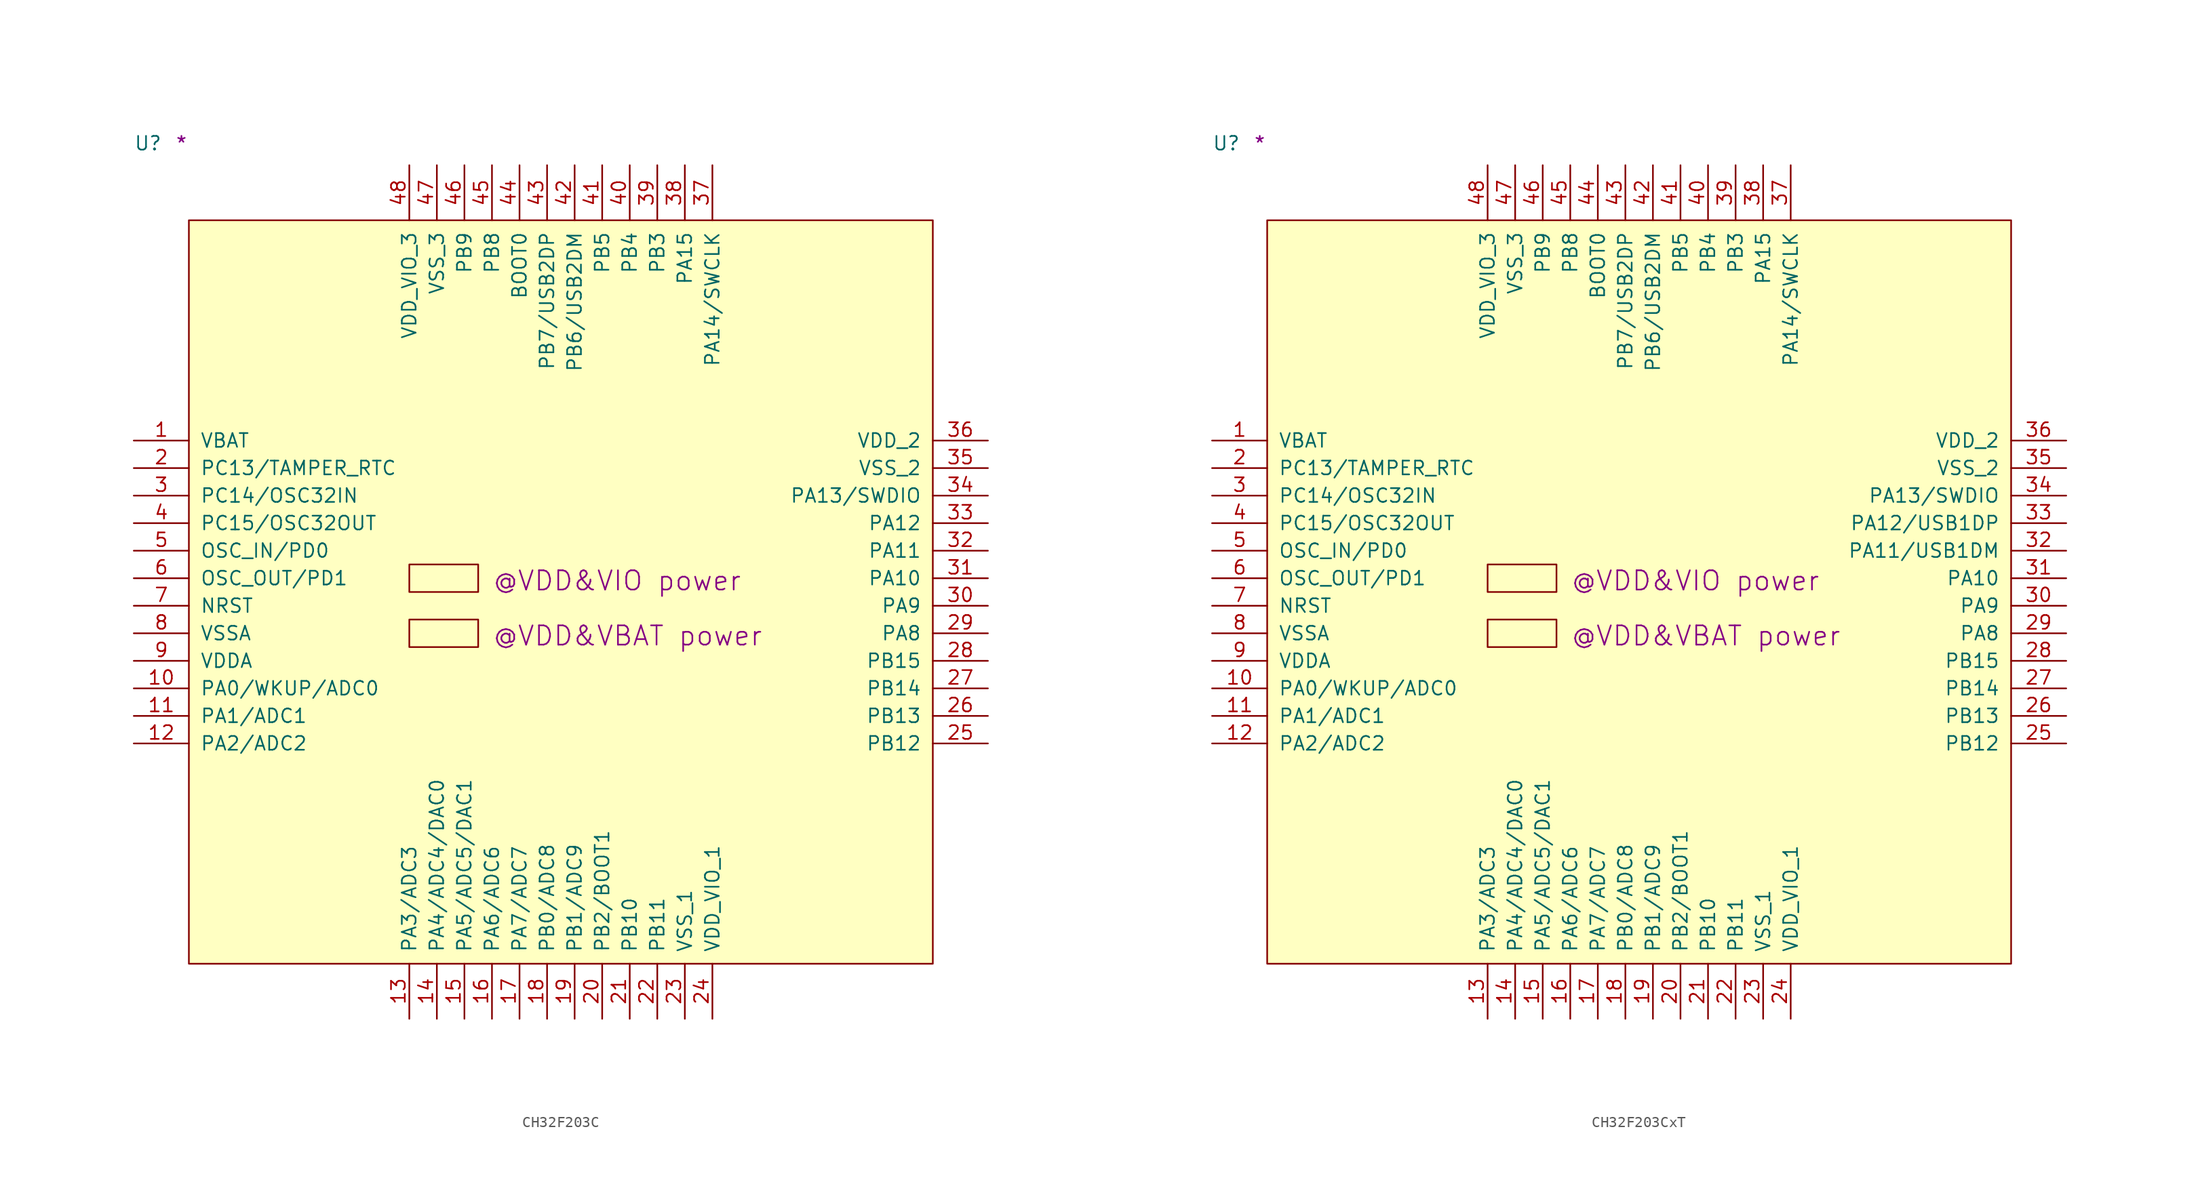
<source format=kicad_sym>
(kicad_symbol_lib
  (version 20211014)
  (generator kicad_symbol_editor)
  (symbol "CH32F203C"
    (pin_names
      (offset 1.016))
    (property "Reference" "U"
      (at -5.08 6.35 0)
      (effects (font (size 1.27 1.27)) (justify left bottom)))
    (property "user" "@VDD&VIO power"
      (at 27.94 -34.29 0)
      (effects (font (size 1.778 1.778)) (justify left bottom)))
    (property "user_1" "@VDD&VBAT power"
      (at 27.94 -39.37 0)
      (effects (font (size 1.778 1.778)) (justify left bottom)))
    (property "Comment" "*"
      (at -1.27 6.35 0)
      (effects (font (size 1.27 1.27)) (justify left bottom)))
    (symbol "CH32F203C_1_1"
      (rectangle (start 0 -68.58) (end 68.58 0) (stroke (width 0) (type default) (color 0 0 0 0)) (fill (type background)))
      (rectangle (start 20.32 -39.37) (end 26.67 -36.83) (stroke (width 0) (type default) (color 0 0 0 0)) (fill (type background)))
      (rectangle (start 20.32 -34.29) (end 26.67 -31.75) (stroke (width 0) (type default) (color 0 0 0 0)) (fill (type background)))
      (pin power_in line (at -5.08 -20.32 0) (length 5.08) (name "VBAT" (effects (font (size 1.27 1.27)))) (number "1" (effects (font (size 1.27 1.27)))))
      (pin bidirectional line (at -5.08 -43.18 0) (length 5.08) (name "PA0/WKUP/ADC0" (effects (font (size 1.27 1.27)))) (number "10" (effects (font (size 1.27 1.27)))))
      (pin bidirectional line (at -5.08 -45.72 0) (length 5.08) (name "PA1/ADC1" (effects (font (size 1.27 1.27)))) (number "11" (effects (font (size 1.27 1.27)))))
      (pin bidirectional line (at -5.08 -48.26 0) (length 5.08) (name "PA2/ADC2" (effects (font (size 1.27 1.27)))) (number "12" (effects (font (size 1.27 1.27)))))
      (pin bidirectional line (at 20.32 -73.66 90) (length 5.08) (name "PA3/ADC3" (effects (font (size 1.27 1.27)))) (number "13" (effects (font (size 1.27 1.27)))))
      (pin bidirectional line (at 22.86 -73.66 90) (length 5.08) (name "PA4/ADC4/DAC0" (effects (font (size 1.27 1.27)))) (number "14" (effects (font (size 1.27 1.27)))))
      (pin bidirectional line (at 25.4 -73.66 90) (length 5.08) (name "PA5/ADC5/DAC1" (effects (font (size 1.27 1.27)))) (number "15" (effects (font (size 1.27 1.27)))))
      (pin bidirectional line (at 27.94 -73.66 90) (length 5.08) (name "PA6/ADC6" (effects (font (size 1.27 1.27)))) (number "16" (effects (font (size 1.27 1.27)))))
      (pin bidirectional line (at 30.48 -73.66 90) (length 5.08) (name "PA7/ADC7" (effects (font (size 1.27 1.27)))) (number "17" (effects (font (size 1.27 1.27)))))
      (pin bidirectional line (at 33.02 -73.66 90) (length 5.08) (name "PB0/ADC8" (effects (font (size 1.27 1.27)))) (number "18" (effects (font (size 1.27 1.27)))))
      (pin bidirectional line (at 35.56 -73.66 90) (length 5.08) (name "PB1/ADC9" (effects (font (size 1.27 1.27)))) (number "19" (effects (font (size 1.27 1.27)))))
      (pin bidirectional line (at -5.08 -22.86 0) (length 5.08) (name "PC13/TAMPER_RTC" (effects (font (size 1.27 1.27)))) (number "2" (effects (font (size 1.27 1.27)))))
      (pin bidirectional line (at 38.1 -73.66 90) (length 5.08) (name "PB2/BOOT1" (effects (font (size 1.27 1.27)))) (number "20" (effects (font (size 1.27 1.27)))))
      (pin bidirectional line (at 40.64 -73.66 90) (length 5.08) (name "PB10" (effects (font (size 1.27 1.27)))) (number "21" (effects (font (size 1.27 1.27)))))
      (pin bidirectional line (at 43.18 -73.66 90) (length 5.08) (name "PB11" (effects (font (size 1.27 1.27)))) (number "22" (effects (font (size 1.27 1.27)))))
      (pin power_in line (at 45.72 -73.66 90) (length 5.08) (name "VSS_1" (effects (font (size 1.27 1.27)))) (number "23" (effects (font (size 1.27 1.27)))))
      (pin power_in line (at 48.26 -73.66 90) (length 5.08) (name "VDD_VIO_1" (effects (font (size 1.27 1.27)))) (number "24" (effects (font (size 1.27 1.27)))))
      (pin bidirectional line (at 73.66 -48.26 180) (length 5.08) (name "PB12" (effects (font (size 1.27 1.27)))) (number "25" (effects (font (size 1.27 1.27)))))
      (pin bidirectional line (at 73.66 -45.72 180) (length 5.08) (name "PB13" (effects (font (size 1.27 1.27)))) (number "26" (effects (font (size 1.27 1.27)))))
      (pin bidirectional line (at 73.66 -43.18 180) (length 5.08) (name "PB14" (effects (font (size 1.27 1.27)))) (number "27" (effects (font (size 1.27 1.27)))))
      (pin bidirectional line (at 73.66 -40.64 180) (length 5.08) (name "PB15" (effects (font (size 1.27 1.27)))) (number "28" (effects (font (size 1.27 1.27)))))
      (pin bidirectional line (at 73.66 -38.1 180) (length 5.08) (name "PA8" (effects (font (size 1.27 1.27)))) (number "29" (effects (font (size 1.27 1.27)))))
      (pin bidirectional line (at -5.08 -25.4 0) (length 5.08) (name "PC14/OSC32IN" (effects (font (size 1.27 1.27)))) (number "3" (effects (font (size 1.27 1.27)))))
      (pin bidirectional line (at 73.66 -35.56 180) (length 5.08) (name "PA9" (effects (font (size 1.27 1.27)))) (number "30" (effects (font (size 1.27 1.27)))))
      (pin bidirectional line (at 73.66 -33.02 180) (length 5.08) (name "PA10" (effects (font (size 1.27 1.27)))) (number "31" (effects (font (size 1.27 1.27)))))
      (pin bidirectional line (at 73.66 -30.48 180) (length 5.08) (name "PA11" (effects (font (size 1.27 1.27)))) (number "32" (effects (font (size 1.27 1.27)))))
      (pin bidirectional line (at 73.66 -27.94 180) (length 5.08) (name "PA12" (effects (font (size 1.27 1.27)))) (number "33" (effects (font (size 1.27 1.27)))))
      (pin bidirectional line (at 73.66 -25.4 180) (length 5.08) (name "PA13/SWDIO" (effects (font (size 1.27 1.27)))) (number "34" (effects (font (size 1.27 1.27)))))
      (pin power_in line (at 73.66 -22.86 180) (length 5.08) (name "VSS_2" (effects (font (size 1.27 1.27)))) (number "35" (effects (font (size 1.27 1.27)))))
      (pin power_in line (at 73.66 -20.32 180) (length 5.08) (name "VDD_2" (effects (font (size 1.27 1.27)))) (number "36" (effects (font (size 1.27 1.27)))))
      (pin bidirectional line (at 48.26 5.08 270) (length 5.08) (name "PA14/SWCLK" (effects (font (size 1.27 1.27)))) (number "37" (effects (font (size 1.27 1.27)))))
      (pin bidirectional line (at 45.72 5.08 270) (length 5.08) (name "PA15" (effects (font (size 1.27 1.27)))) (number "38" (effects (font (size 1.27 1.27)))))
      (pin bidirectional line (at 43.18 5.08 270) (length 5.08) (name "PB3" (effects (font (size 1.27 1.27)))) (number "39" (effects (font (size 1.27 1.27)))))
      (pin bidirectional line (at -5.08 -27.94 0) (length 5.08) (name "PC15/OSC32OUT" (effects (font (size 1.27 1.27)))) (number "4" (effects (font (size 1.27 1.27)))))
      (pin bidirectional line (at 40.64 5.08 270) (length 5.08) (name "PB4" (effects (font (size 1.27 1.27)))) (number "40" (effects (font (size 1.27 1.27)))))
      (pin bidirectional line (at 38.1 5.08 270) (length 5.08) (name "PB5" (effects (font (size 1.27 1.27)))) (number "41" (effects (font (size 1.27 1.27)))))
      (pin bidirectional line (at 35.56 5.08 270) (length 5.08) (name "PB6/USB2DM" (effects (font (size 1.27 1.27)))) (number "42" (effects (font (size 1.27 1.27)))))
      (pin bidirectional line (at 33.02 5.08 270) (length 5.08) (name "PB7/USB2DP" (effects (font (size 1.27 1.27)))) (number "43" (effects (font (size 1.27 1.27)))))
      (pin input line (at 30.48 5.08 270) (length 5.08) (name "BOOT0" (effects (font (size 1.27 1.27)))) (number "44" (effects (font (size 1.27 1.27)))))
      (pin bidirectional line (at 27.94 5.08 270) (length 5.08) (name "PB8" (effects (font (size 1.27 1.27)))) (number "45" (effects (font (size 1.27 1.27)))))
      (pin bidirectional line (at 25.4 5.08 270) (length 5.08) (name "PB9" (effects (font (size 1.27 1.27)))) (number "46" (effects (font (size 1.27 1.27)))))
      (pin power_in line (at 22.86 5.08 270) (length 5.08) (name "VSS_3" (effects (font (size 1.27 1.27)))) (number "47" (effects (font (size 1.27 1.27)))))
      (pin power_in line (at 20.32 5.08 270) (length 5.08) (name "VDD_VIO_3" (effects (font (size 1.27 1.27)))) (number "48" (effects (font (size 1.27 1.27)))))
      (pin input line (at -5.08 -30.48 0) (length 5.08) (name "OSC_IN/PD0" (effects (font (size 1.27 1.27)))) (number "5" (effects (font (size 1.27 1.27)))))
      (pin output line (at -5.08 -33.02 0) (length 5.08) (name "OSC_OUT/PD1" (effects (font (size 1.27 1.27)))) (number "6" (effects (font (size 1.27 1.27)))))
      (pin input line (at -5.08 -35.56 0) (length 5.08) (name "NRST" (effects (font (size 1.27 1.27)))) (number "7" (effects (font (size 1.27 1.27)))))
      (pin power_in line (at -5.08 -38.1 0) (length 5.08) (name "VSSA" (effects (font (size 1.27 1.27)))) (number "8" (effects (font (size 1.27 1.27)))))
      (pin power_in line (at -5.08 -40.64 0) (length 5.08) (name "VDDA" (effects (font (size 1.27 1.27)))) (number "9" (effects (font (size 1.27 1.27)))))))
  (symbol "CH32F203CxT"
    (pin_names
      (offset 1.016))
    (property "Reference" "U"
      (at -5.08 6.35 0)
      (effects (font (size 1.27 1.27)) (justify left bottom)))
    (property "user" "@VDD&VIO power"
      (at 27.94 -34.29 0)
      (effects (font (size 1.778 1.778)) (justify left bottom)))
    (property "user_1" "@VDD&VBAT power"
      (at 27.94 -39.37 0)
      (effects (font (size 1.778 1.778)) (justify left bottom)))
    (property "Comment" "*"
      (at -1.27 6.35 0)
      (effects (font (size 1.27 1.27)) (justify left bottom)))
    (symbol "CH32F203CxT_1_1"
      (rectangle (start 0 -68.58) (end 68.58 0) (stroke (width 0) (type default) (color 0 0 0 0)) (fill (type background)))
      (rectangle (start 20.32 -39.37) (end 26.67 -36.83) (stroke (width 0) (type default) (color 0 0 0 0)) (fill (type background)))
      (rectangle (start 20.32 -34.29) (end 26.67 -31.75) (stroke (width 0) (type default) (color 0 0 0 0)) (fill (type background)))
      (pin power_in line (at -5.08 -20.32 0) (length 5.08) (name "VBAT" (effects (font (size 1.27 1.27)))) (number "1" (effects (font (size 1.27 1.27)))))
      (pin bidirectional line (at -5.08 -43.18 0) (length 5.08) (name "PA0/WKUP/ADC0" (effects (font (size 1.27 1.27)))) (number "10" (effects (font (size 1.27 1.27)))))
      (pin bidirectional line (at -5.08 -45.72 0) (length 5.08) (name "PA1/ADC1" (effects (font (size 1.27 1.27)))) (number "11" (effects (font (size 1.27 1.27)))))
      (pin bidirectional line (at -5.08 -48.26 0) (length 5.08) (name "PA2/ADC2" (effects (font (size 1.27 1.27)))) (number "12" (effects (font (size 1.27 1.27)))))
      (pin bidirectional line (at 20.32 -73.66 90) (length 5.08) (name "PA3/ADC3" (effects (font (size 1.27 1.27)))) (number "13" (effects (font (size 1.27 1.27)))))
      (pin bidirectional line (at 22.86 -73.66 90) (length 5.08) (name "PA4/ADC4/DAC0" (effects (font (size 1.27 1.27)))) (number "14" (effects (font (size 1.27 1.27)))))
      (pin bidirectional line (at 25.4 -73.66 90) (length 5.08) (name "PA5/ADC5/DAC1" (effects (font (size 1.27 1.27)))) (number "15" (effects (font (size 1.27 1.27)))))
      (pin bidirectional line (at 27.94 -73.66 90) (length 5.08) (name "PA6/ADC6" (effects (font (size 1.27 1.27)))) (number "16" (effects (font (size 1.27 1.27)))))
      (pin bidirectional line (at 30.48 -73.66 90) (length 5.08) (name "PA7/ADC7" (effects (font (size 1.27 1.27)))) (number "17" (effects (font (size 1.27 1.27)))))
      (pin bidirectional line (at 33.02 -73.66 90) (length 5.08) (name "PB0/ADC8" (effects (font (size 1.27 1.27)))) (number "18" (effects (font (size 1.27 1.27)))))
      (pin bidirectional line (at 35.56 -73.66 90) (length 5.08) (name "PB1/ADC9" (effects (font (size 1.27 1.27)))) (number "19" (effects (font (size 1.27 1.27)))))
      (pin bidirectional line (at -5.08 -22.86 0) (length 5.08) (name "PC13/TAMPER_RTC" (effects (font (size 1.27 1.27)))) (number "2" (effects (font (size 1.27 1.27)))))
      (pin bidirectional line (at 38.1 -73.66 90) (length 5.08) (name "PB2/BOOT1" (effects (font (size 1.27 1.27)))) (number "20" (effects (font (size 1.27 1.27)))))
      (pin bidirectional line (at 40.64 -73.66 90) (length 5.08) (name "PB10" (effects (font (size 1.27 1.27)))) (number "21" (effects (font (size 1.27 1.27)))))
      (pin bidirectional line (at 43.18 -73.66 90) (length 5.08) (name "PB11" (effects (font (size 1.27 1.27)))) (number "22" (effects (font (size 1.27 1.27)))))
      (pin power_in line (at 45.72 -73.66 90) (length 5.08) (name "VSS_1" (effects (font (size 1.27 1.27)))) (number "23" (effects (font (size 1.27 1.27)))))
      (pin power_in line (at 48.26 -73.66 90) (length 5.08) (name "VDD_VIO_1" (effects (font (size 1.27 1.27)))) (number "24" (effects (font (size 1.27 1.27)))))
      (pin bidirectional line (at 73.66 -48.26 180) (length 5.08) (name "PB12" (effects (font (size 1.27 1.27)))) (number "25" (effects (font (size 1.27 1.27)))))
      (pin bidirectional line (at 73.66 -45.72 180) (length 5.08) (name "PB13" (effects (font (size 1.27 1.27)))) (number "26" (effects (font (size 1.27 1.27)))))
      (pin bidirectional line (at 73.66 -43.18 180) (length 5.08) (name "PB14" (effects (font (size 1.27 1.27)))) (number "27" (effects (font (size 1.27 1.27)))))
      (pin bidirectional line (at 73.66 -40.64 180) (length 5.08) (name "PB15" (effects (font (size 1.27 1.27)))) (number "28" (effects (font (size 1.27 1.27)))))
      (pin bidirectional line (at 73.66 -38.1 180) (length 5.08) (name "PA8" (effects (font (size 1.27 1.27)))) (number "29" (effects (font (size 1.27 1.27)))))
      (pin bidirectional line (at -5.08 -25.4 0) (length 5.08) (name "PC14/OSC32IN" (effects (font (size 1.27 1.27)))) (number "3" (effects (font (size 1.27 1.27)))))
      (pin bidirectional line (at 73.66 -35.56 180) (length 5.08) (name "PA9" (effects (font (size 1.27 1.27)))) (number "30" (effects (font (size 1.27 1.27)))))
      (pin bidirectional line (at 73.66 -33.02 180) (length 5.08) (name "PA10" (effects (font (size 1.27 1.27)))) (number "31" (effects (font (size 1.27 1.27)))))
      (pin bidirectional line (at 73.66 -30.48 180) (length 5.08) (name "PA11/USB1DM" (effects (font (size 1.27 1.27)))) (number "32" (effects (font (size 1.27 1.27)))))
      (pin bidirectional line (at 73.66 -27.94 180) (length 5.08) (name "PA12/USB1DP" (effects (font (size 1.27 1.27)))) (number "33" (effects (font (size 1.27 1.27)))))
      (pin bidirectional line (at 73.66 -25.4 180) (length 5.08) (name "PA13/SWDIO" (effects (font (size 1.27 1.27)))) (number "34" (effects (font (size 1.27 1.27)))))
      (pin power_in line (at 73.66 -22.86 180) (length 5.08) (name "VSS_2" (effects (font (size 1.27 1.27)))) (number "35" (effects (font (size 1.27 1.27)))))
      (pin power_in line (at 73.66 -20.32 180) (length 5.08) (name "VDD_2" (effects (font (size 1.27 1.27)))) (number "36" (effects (font (size 1.27 1.27)))))
      (pin bidirectional line (at 48.26 5.08 270) (length 5.08) (name "PA14/SWCLK" (effects (font (size 1.27 1.27)))) (number "37" (effects (font (size 1.27 1.27)))))
      (pin bidirectional line (at 45.72 5.08 270) (length 5.08) (name "PA15" (effects (font (size 1.27 1.27)))) (number "38" (effects (font (size 1.27 1.27)))))
      (pin bidirectional line (at 43.18 5.08 270) (length 5.08) (name "PB3" (effects (font (size 1.27 1.27)))) (number "39" (effects (font (size 1.27 1.27)))))
      (pin bidirectional line (at -5.08 -27.94 0) (length 5.08) (name "PC15/OSC32OUT" (effects (font (size 1.27 1.27)))) (number "4" (effects (font (size 1.27 1.27)))))
      (pin bidirectional line (at 40.64 5.08 270) (length 5.08) (name "PB4" (effects (font (size 1.27 1.27)))) (number "40" (effects (font (size 1.27 1.27)))))
      (pin bidirectional line (at 38.1 5.08 270) (length 5.08) (name "PB5" (effects (font (size 1.27 1.27)))) (number "41" (effects (font (size 1.27 1.27)))))
      (pin bidirectional line (at 35.56 5.08 270) (length 5.08) (name "PB6/USB2DM" (effects (font (size 1.27 1.27)))) (number "42" (effects (font (size 1.27 1.27)))))
      (pin bidirectional line (at 33.02 5.08 270) (length 5.08) (name "PB7/USB2DP" (effects (font (size 1.27 1.27)))) (number "43" (effects (font (size 1.27 1.27)))))
      (pin input line (at 30.48 5.08 270) (length 5.08) (name "BOOT0" (effects (font (size 1.27 1.27)))) (number "44" (effects (font (size 1.27 1.27)))))
      (pin bidirectional line (at 27.94 5.08 270) (length 5.08) (name "PB8" (effects (font (size 1.27 1.27)))) (number "45" (effects (font (size 1.27 1.27)))))
      (pin bidirectional line (at 25.4 5.08 270) (length 5.08) (name "PB9" (effects (font (size 1.27 1.27)))) (number "46" (effects (font (size 1.27 1.27)))))
      (pin power_in line (at 22.86 5.08 270) (length 5.08) (name "VSS_3" (effects (font (size 1.27 1.27)))) (number "47" (effects (font (size 1.27 1.27)))))
      (pin power_in line (at 20.32 5.08 270) (length 5.08) (name "VDD_VIO_3" (effects (font (size 1.27 1.27)))) (number "48" (effects (font (size 1.27 1.27)))))
      (pin input line (at -5.08 -30.48 0) (length 5.08) (name "OSC_IN/PD0" (effects (font (size 1.27 1.27)))) (number "5" (effects (font (size 1.27 1.27)))))
      (pin output line (at -5.08 -33.02 0) (length 5.08) (name "OSC_OUT/PD1" (effects (font (size 1.27 1.27)))) (number "6" (effects (font (size 1.27 1.27)))))
      (pin input line (at -5.08 -35.56 0) (length 5.08) (name "NRST" (effects (font (size 1.27 1.27)))) (number "7" (effects (font (size 1.27 1.27)))))
      (pin power_in line (at -5.08 -38.1 0) (length 5.08) (name "VSSA" (effects (font (size 1.27 1.27)))) (number "8" (effects (font (size 1.27 1.27)))))
      (pin power_in line (at -5.08 -40.64 0) (length 5.08) (name "VDDA" (effects (font (size 1.27 1.27)))) (number "9" (effects (font (size 1.27 1.27))))))))
</source>
